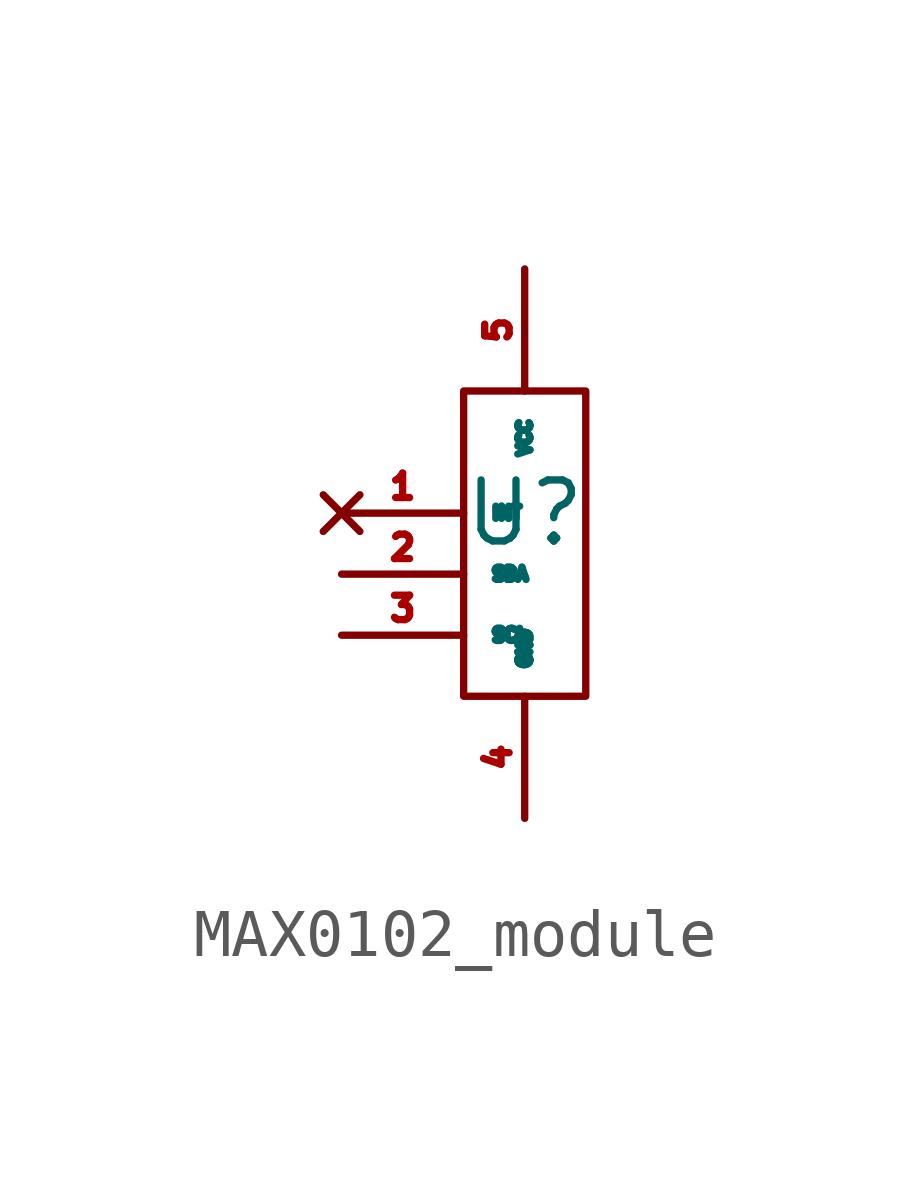
<source format=kicad_sym>
(kicad_symbol_lib
  (version 20241209)
  (generator "kicad_symbol_editor")
  (generator_version "9.0")
  (symbol "MAX0102_module"
    (property "Reference" "U"
      (at 0 0 0)
      (effects (font (size 1.27 1.27))))
    (property "Value" ""
      (at 0 0 0)
      (effects (font (size 1.27 1.27))))
    (symbol "MAX0102_module_1_1"
      (rectangle (start -1.27 2.54) (end 1.27 -3.81) (stroke (width 0) (type solid)) (fill (type none)))
      (pin no_connect line (at -3.81 0 0) (length 2.54) (name "INT" (effects (font (size 0.254 0.254)))) (number "1" (effects (font (size 0.508 0.508)))))
      (pin bidirectional line (at -3.81 -1.27 0) (length 2.54) (name "SDA" (effects (font (size 0.254 0.254)))) (number "2" (effects (font (size 0.508 0.508)))))
      (pin input line (at -3.81 -2.54 0) (length 2.54) (name "SCL" (effects (font (size 0.254 0.254)))) (number "3" (effects (font (size 0.508 0.508)))))
      (pin power_in line (at 0 5.08 270) (length 2.54) (name "VCC" (effects (font (size 0.254 0.254)))) (number "5" (effects (font (size 0.508 0.508)))))
      (pin power_out line (at 0 -6.35 90) (length 2.54) (name "GND" (effects (font (size 0.254 0.254)))) (number "4" (effects (font (size 0.508 0.508))))))))
</source>
